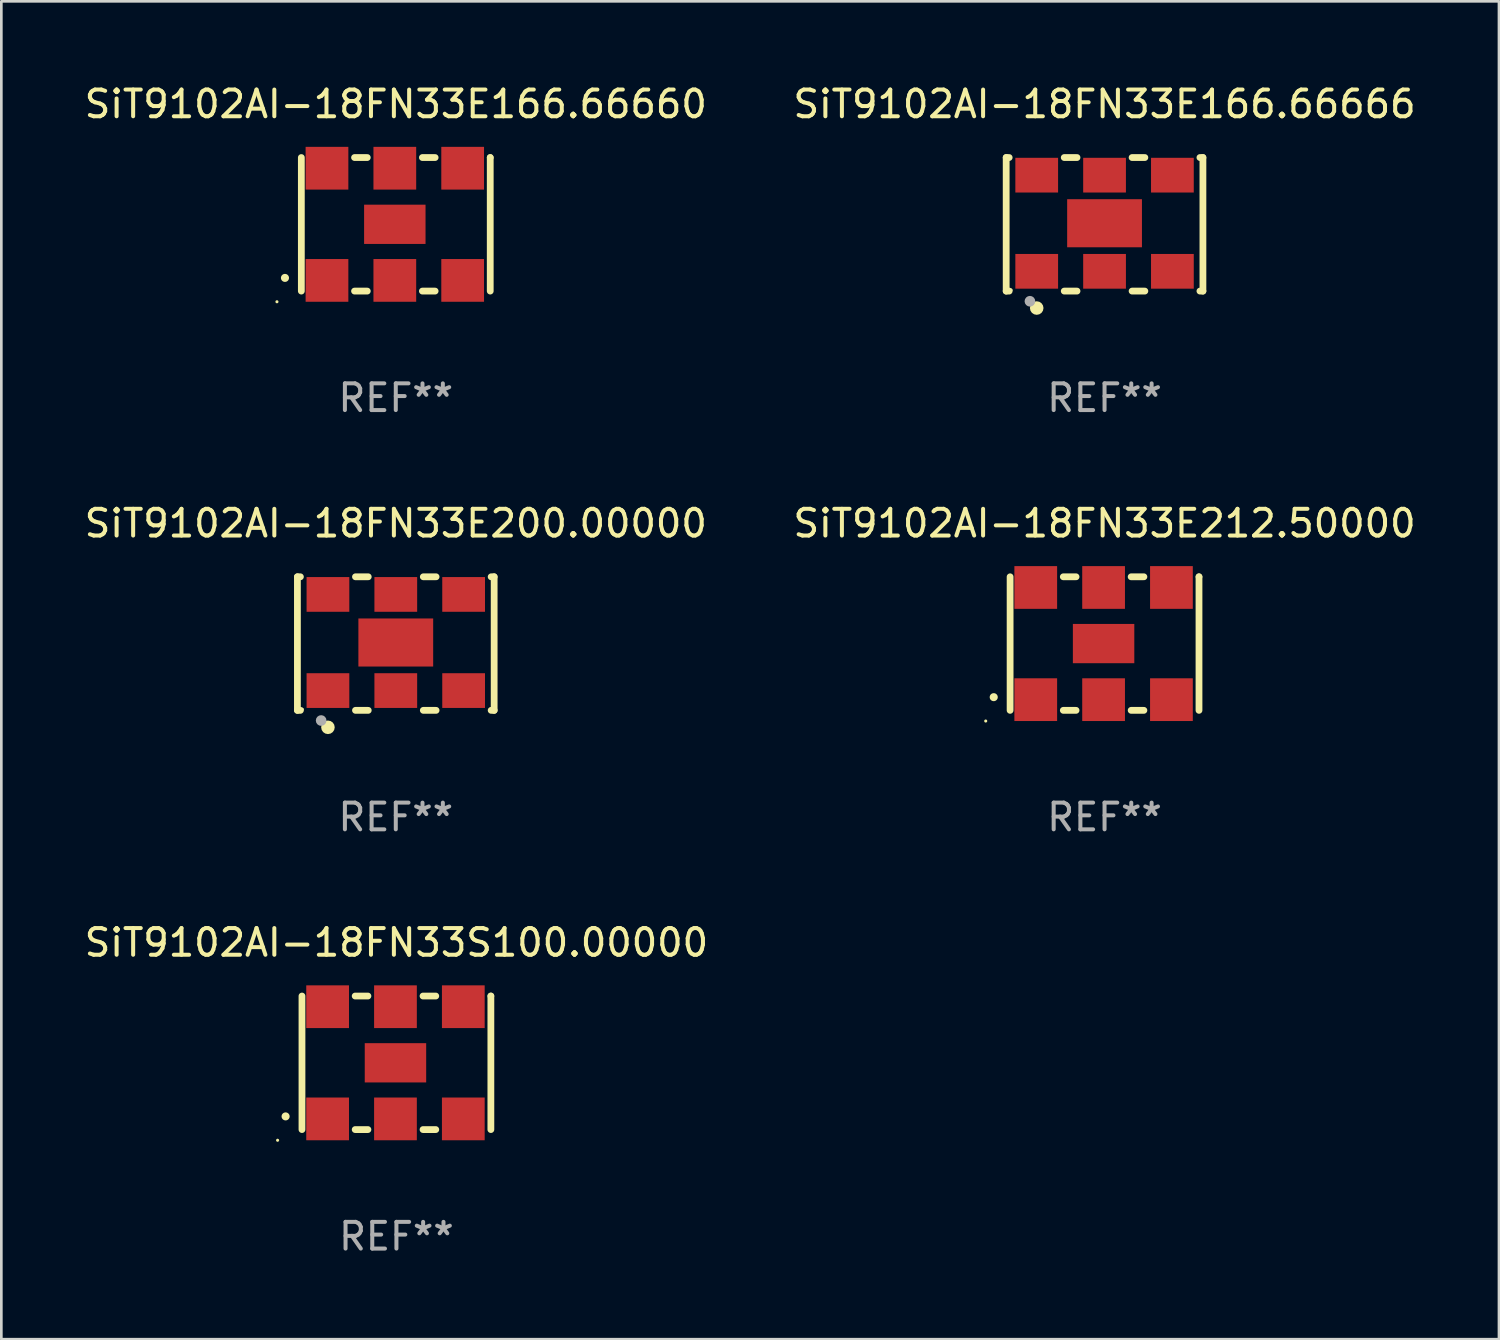
<source format=kicad_pcb>
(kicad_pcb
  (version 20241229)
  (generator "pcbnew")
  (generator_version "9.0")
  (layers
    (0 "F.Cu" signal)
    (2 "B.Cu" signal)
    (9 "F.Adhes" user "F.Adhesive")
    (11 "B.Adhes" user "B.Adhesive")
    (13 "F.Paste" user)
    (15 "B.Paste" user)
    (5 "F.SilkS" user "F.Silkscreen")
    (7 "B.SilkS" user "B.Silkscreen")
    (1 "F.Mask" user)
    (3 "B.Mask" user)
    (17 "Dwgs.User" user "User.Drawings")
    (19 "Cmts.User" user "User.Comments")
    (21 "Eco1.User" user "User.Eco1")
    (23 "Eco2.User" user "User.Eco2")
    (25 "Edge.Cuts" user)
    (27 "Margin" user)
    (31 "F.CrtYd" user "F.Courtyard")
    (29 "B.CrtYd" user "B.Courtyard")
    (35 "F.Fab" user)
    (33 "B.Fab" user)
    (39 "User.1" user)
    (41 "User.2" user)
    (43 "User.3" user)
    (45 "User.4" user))
  (footprint "SiT9102AI-18FN33E200.00000"
    (layer "F.Cu")
    (at 11.768 21.045)
    (property "Reference" "SiT9102AI-18FN33E200.00000" (at 0 -4.5 0) (layer "F.SilkS") (effects (font (size 1 1) (thickness 0.15))))
    (attr through_hole)
    (fp_line (start -3.683 -2.5) (end -3.571 -2.5) (stroke (width 0.254) (type solid)) (layer "F.SilkS"))
    (fp_line (start -3.683 2.5) (end -3.683 -2.5) (stroke (width 0.254) (type solid)) (layer "F.SilkS"))
    (fp_line (start -3.683 2.5) (end -3.571 2.5) (stroke (width 0.254) (type solid)) (layer "F.SilkS"))
    (fp_line (start -1.509 -2.5) (end -1.031 -2.5) (stroke (width 0.254) (type solid)) (layer "F.SilkS"))
    (fp_line (start -1.509 2.5) (end -1.031 2.5) (stroke (width 0.254) (type solid)) (layer "F.SilkS"))
    (fp_line (start 1.031 -2.5) (end 1.509 -2.5) (stroke (width 0.254) (type solid)) (layer "F.SilkS"))
    (fp_line (start 1.031 2.5) (end 1.509 2.5) (stroke (width 0.254) (type solid)) (layer "F.SilkS"))
    (fp_line (start 3.571 -2.5) (end 3.683 -2.5) (stroke (width 0.254) (type solid)) (layer "F.SilkS"))
    (fp_line (start 3.571 2.5) (end 3.683 2.5) (stroke (width 0.254) (type solid)) (layer "F.SilkS"))
    (fp_line (start 3.683 2.5) (end 3.683 -2.5) (stroke (width 0.254) (type solid)) (layer "F.SilkS"))
    (fp_circle (center -3.5 2.46) (end -3.47 2.46) (stroke (width 0.06) (type solid)) (fill no) (layer "F.SilkS"))
    (fp_circle (center -2.54 3.135) (end -2.413 3.135) (stroke (width 0.254) (type solid)) (fill no) (layer "F.SilkS"))
    (fp_circle (center -2.794 2.881) (end -2.694 2.881) (stroke (width 0.2) (type solid)) (fill no) (layer "F.Fab"))
    (fp_text user "REF**" (at 0 6.5 0) (layer "F.Fab") (effects (font (size 1 1) (thickness 0.15))))
    (pad "1" smd rect (at -2.54 1.76) (size 1.6 1.3) (layers "F.Cu" "F.Mask" "F.Paste"))
    (pad "2" smd rect (at 0 1.76) (size 1.6 1.3) (layers "F.Cu" "F.Mask" "F.Paste"))
    (pad "3" smd rect (at 2.54 1.76) (size 1.6 1.3) (layers "F.Cu" "F.Mask" "F.Paste"))
    (pad "4" smd rect (at 2.54 -1.84) (size 1.6 1.3) (layers "F.Cu" "F.Mask" "F.Paste"))
    (pad "5" smd rect (at 0 -1.84) (size 1.6 1.3) (layers "F.Cu" "F.Mask" "F.Paste"))
    (pad "6" smd rect (at -2.54 -1.84) (size 1.6 1.3) (layers "F.Cu" "F.Mask" "F.Paste"))
    (pad "7" smd rect (at 0 -0.04) (size 2.8 1.8) (layers "F.Cu" "F.Mask" "F.Paste")))
  (footprint "SiT9102AI-18FN33E212.50000"
    (layer "F.Cu")
    (at 38.304 21.045)
    (property "Reference" "SiT9102AI-18FN33E212.50000" (at 0 -4.5 0) (layer "F.SilkS") (effects (font (size 1 1) (thickness 0.15))))
    (attr through_hole)
    (fp_line (start -3.536 -2.5) (end -3.536 2.5) (stroke (width 0.254) (type solid)) (layer "F.SilkS"))
    (fp_line (start -1.544 2.5) (end -1.067 2.5) (stroke (width 0.254) (type solid)) (layer "F.SilkS"))
    (fp_line (start -1.067 -2.5) (end -1.544 -2.5) (stroke (width 0.254) (type solid)) (layer "F.SilkS"))
    (fp_line (start 0.996 2.5) (end 1.473 2.5) (stroke (width 0.254) (type solid)) (layer "F.SilkS"))
    (fp_line (start 1.473 -2.5) (end 0.996 -2.5) (stroke (width 0.254) (type solid)) (layer "F.SilkS"))
    (fp_line (start 3.536 -2.5) (end 3.536 -2.5) (stroke (width 0.254) (type solid)) (layer "F.SilkS"))
    (fp_line (start 3.536 2.5) (end 3.536 -2.5) (stroke (width 0.254) (type solid)) (layer "F.SilkS"))
    (fp_arc (start -4.150432 2.006604) (mid -4.149162 2.006599) (end -4.147892 2.006604) (stroke (width 0.3) (type solid)) (layer "F.SilkS"))
    (fp_circle (center -4.449 2.9) (end -4.419 2.9) (stroke (width 0.06) (type solid)) (fill no) (layer "F.SilkS"))
    (fp_text user "REF**" (at 0 6.5 0) (layer "F.Fab") (effects (font (size 1 1) (thickness 0.15))))
    (pad "1" smd rect (at -2.576 2.1) (size 1.6 1.6) (layers "F.Cu" "F.Mask" "F.Paste"))
    (pad "2" smd rect (at -0.036 2.1) (size 1.6 1.6) (layers "F.Cu" "F.Mask" "F.Paste"))
    (pad "3" smd rect (at 2.504 2.1) (size 1.6 1.6) (layers "F.Cu" "F.Mask" "F.Paste"))
    (pad "4" smd rect (at 2.504 -2.1) (size 1.6 1.6) (layers "F.Cu" "F.Mask" "F.Paste"))
    (pad "5" smd rect (at -0.036 -2.1) (size 1.6 1.6) (layers "F.Cu" "F.Mask" "F.Paste"))
    (pad "6" smd rect (at -2.576 -2.1) (size 1.6 1.6) (layers "F.Cu" "F.Mask" "F.Paste"))
    (pad "7" smd rect (at -0.036 0) (size 2.3 1.47) (layers "F.Cu" "F.Mask" "F.Paste")))
  (footprint "SiT9102AI-18FN33E166.66660"
    (layer "F.Cu")
    (at 11.768 5.348)
    (property "Reference" "SiT9102AI-18FN33E166.66660" (at 0 -4.5 0) (layer "F.SilkS") (effects (font (size 1 1) (thickness 0.15))))
    (attr through_hole)
    (fp_line (start -3.536 -2.5) (end -3.536 2.5) (stroke (width 0.254) (type solid)) (layer "F.SilkS"))
    (fp_line (start -1.544 2.5) (end -1.067 2.5) (stroke (width 0.254) (type solid)) (layer "F.SilkS"))
    (fp_line (start -1.067 -2.5) (end -1.544 -2.5) (stroke (width 0.254) (type solid)) (layer "F.SilkS"))
    (fp_line (start 0.996 2.5) (end 1.473 2.5) (stroke (width 0.254) (type solid)) (layer "F.SilkS"))
    (fp_line (start 1.473 -2.5) (end 0.996 -2.5) (stroke (width 0.254) (type solid)) (layer "F.SilkS"))
    (fp_line (start 3.536 -2.5) (end 3.536 -2.5) (stroke (width 0.254) (type solid)) (layer "F.SilkS"))
    (fp_line (start 3.536 2.5) (end 3.536 -2.5) (stroke (width 0.254) (type solid)) (layer "F.SilkS"))
    (fp_arc (start -4.150432 2.006604) (mid -4.149162 2.006599) (end -4.147892 2.006604) (stroke (width 0.3) (type solid)) (layer "F.SilkS"))
    (fp_circle (center -4.449 2.9) (end -4.419 2.9) (stroke (width 0.06) (type solid)) (fill no) (layer "F.SilkS"))
    (fp_text user "REF**" (at 0 6.5 0) (layer "F.Fab") (effects (font (size 1 1) (thickness 0.15))))
    (pad "1" smd rect (at -2.576 2.1) (size 1.6 1.6) (layers "F.Cu" "F.Mask" "F.Paste"))
    (pad "2" smd rect (at -0.036 2.1) (size 1.6 1.6) (layers "F.Cu" "F.Mask" "F.Paste"))
    (pad "3" smd rect (at 2.504 2.1) (size 1.6 1.6) (layers "F.Cu" "F.Mask" "F.Paste"))
    (pad "4" smd rect (at 2.504 -2.1) (size 1.6 1.6) (layers "F.Cu" "F.Mask" "F.Paste"))
    (pad "5" smd rect (at -0.036 -2.1) (size 1.6 1.6) (layers "F.Cu" "F.Mask" "F.Paste"))
    (pad "6" smd rect (at -2.576 -2.1) (size 1.6 1.6) (layers "F.Cu" "F.Mask" "F.Paste"))
    (pad "7" smd rect (at -0.036 0) (size 2.3 1.47) (layers "F.Cu" "F.Mask" "F.Paste")))
  (footprint "SiT9102AI-18FN33E166.66666"
    (layer "F.Cu")
    (at 38.304 5.348)
    (property "Reference" "SiT9102AI-18FN33E166.66666" (at 0 -4.5 0) (layer "F.SilkS") (effects (font (size 1 1) (thickness 0.15))))
    (attr through_hole)
    (fp_line (start -3.683 -2.5) (end -3.571 -2.5) (stroke (width 0.254) (type solid)) (layer "F.SilkS"))
    (fp_line (start -3.683 2.5) (end -3.683 -2.5) (stroke (width 0.254) (type solid)) (layer "F.SilkS"))
    (fp_line (start -3.683 2.5) (end -3.571 2.5) (stroke (width 0.254) (type solid)) (layer "F.SilkS"))
    (fp_line (start -1.509 -2.5) (end -1.031 -2.5) (stroke (width 0.254) (type solid)) (layer "F.SilkS"))
    (fp_line (start -1.509 2.5) (end -1.031 2.5) (stroke (width 0.254) (type solid)) (layer "F.SilkS"))
    (fp_line (start 1.031 -2.5) (end 1.509 -2.5) (stroke (width 0.254) (type solid)) (layer "F.SilkS"))
    (fp_line (start 1.031 2.5) (end 1.509 2.5) (stroke (width 0.254) (type solid)) (layer "F.SilkS"))
    (fp_line (start 3.571 -2.5) (end 3.683 -2.5) (stroke (width 0.254) (type solid)) (layer "F.SilkS"))
    (fp_line (start 3.571 2.5) (end 3.683 2.5) (stroke (width 0.254) (type solid)) (layer "F.SilkS"))
    (fp_line (start 3.683 2.5) (end 3.683 -2.5) (stroke (width 0.254) (type solid)) (layer "F.SilkS"))
    (fp_circle (center -3.5 2.46) (end -3.47 2.46) (stroke (width 0.06) (type solid)) (fill no) (layer "F.SilkS"))
    (fp_circle (center -2.54 3.135) (end -2.413 3.135) (stroke (width 0.254) (type solid)) (fill no) (layer "F.SilkS"))
    (fp_circle (center -2.794 2.881) (end -2.694 2.881) (stroke (width 0.2) (type solid)) (fill no) (layer "F.Fab"))
    (fp_text user "REF**" (at 0 6.5 0) (layer "F.Fab") (effects (font (size 1 1) (thickness 0.15))))
    (pad "1" smd rect (at -2.54 1.76) (size 1.6 1.3) (layers "F.Cu" "F.Mask" "F.Paste"))
    (pad "2" smd rect (at 0 1.76) (size 1.6 1.3) (layers "F.Cu" "F.Mask" "F.Paste"))
    (pad "3" smd rect (at 2.54 1.76) (size 1.6 1.3) (layers "F.Cu" "F.Mask" "F.Paste"))
    (pad "4" smd rect (at 2.54 -1.84) (size 1.6 1.3) (layers "F.Cu" "F.Mask" "F.Paste"))
    (pad "5" smd rect (at 0 -1.84) (size 1.6 1.3) (layers "F.Cu" "F.Mask" "F.Paste"))
    (pad "6" smd rect (at -2.54 -1.84) (size 1.6 1.3) (layers "F.Cu" "F.Mask" "F.Paste"))
    (pad "7" smd rect (at 0 -0.04) (size 2.8 1.8) (layers "F.Cu" "F.Mask" "F.Paste")))
  (footprint "SiT9102AI-18FN33S100.00000"
    (layer "F.Cu")
    (at 11.792 36.741)
    (property "Reference" "SiT9102AI-18FN33S100.00000" (at 0 -4.5 0) (layer "F.SilkS") (effects (font (size 1 1) (thickness 0.15))))
    (attr through_hole)
    (fp_line (start -3.536 -2.5) (end -3.536 2.5) (stroke (width 0.254) (type solid)) (layer "F.SilkS"))
    (fp_line (start -1.544 2.5) (end -1.067 2.5) (stroke (width 0.254) (type solid)) (layer "F.SilkS"))
    (fp_line (start -1.067 -2.5) (end -1.544 -2.5) (stroke (width 0.254) (type solid)) (layer "F.SilkS"))
    (fp_line (start 0.996 2.5) (end 1.473 2.5) (stroke (width 0.254) (type solid)) (layer "F.SilkS"))
    (fp_line (start 1.473 -2.5) (end 0.996 -2.5) (stroke (width 0.254) (type solid)) (layer "F.SilkS"))
    (fp_line (start 3.536 -2.5) (end 3.536 -2.5) (stroke (width 0.254) (type solid)) (layer "F.SilkS"))
    (fp_line (start 3.536 2.5) (end 3.536 -2.5) (stroke (width 0.254) (type solid)) (layer "F.SilkS"))
    (fp_arc (start -4.150432 2.006604) (mid -4.149162 2.006599) (end -4.147892 2.006604) (stroke (width 0.3) (type solid)) (layer "F.SilkS"))
    (fp_circle (center -4.449 2.9) (end -4.419 2.9) (stroke (width 0.06) (type solid)) (fill no) (layer "F.SilkS"))
    (fp_text user "REF**" (at 0 6.5 0) (layer "F.Fab") (effects (font (size 1 1) (thickness 0.15))))
    (pad "1" smd rect (at -2.576 2.1) (size 1.6 1.6) (layers "F.Cu" "F.Mask" "F.Paste"))
    (pad "2" smd rect (at -0.036 2.1) (size 1.6 1.6) (layers "F.Cu" "F.Mask" "F.Paste"))
    (pad "3" smd rect (at 2.504 2.1) (size 1.6 1.6) (layers "F.Cu" "F.Mask" "F.Paste"))
    (pad "4" smd rect (at 2.504 -2.1) (size 1.6 1.6) (layers "F.Cu" "F.Mask" "F.Paste"))
    (pad "5" smd rect (at -0.036 -2.1) (size 1.6 1.6) (layers "F.Cu" "F.Mask" "F.Paste"))
    (pad "6" smd rect (at -2.576 -2.1) (size 1.6 1.6) (layers "F.Cu" "F.Mask" "F.Paste"))
    (pad "7" smd rect (at -0.036 0) (size 2.3 1.47) (layers "F.Cu" "F.Mask" "F.Paste")))
  (gr_rect
    (start -3 -3)
    (end 53.071 47.09)
    (stroke (width 0.1) (type default))
    (fill no)
    (layer "Edge.Cuts")))
</source>
